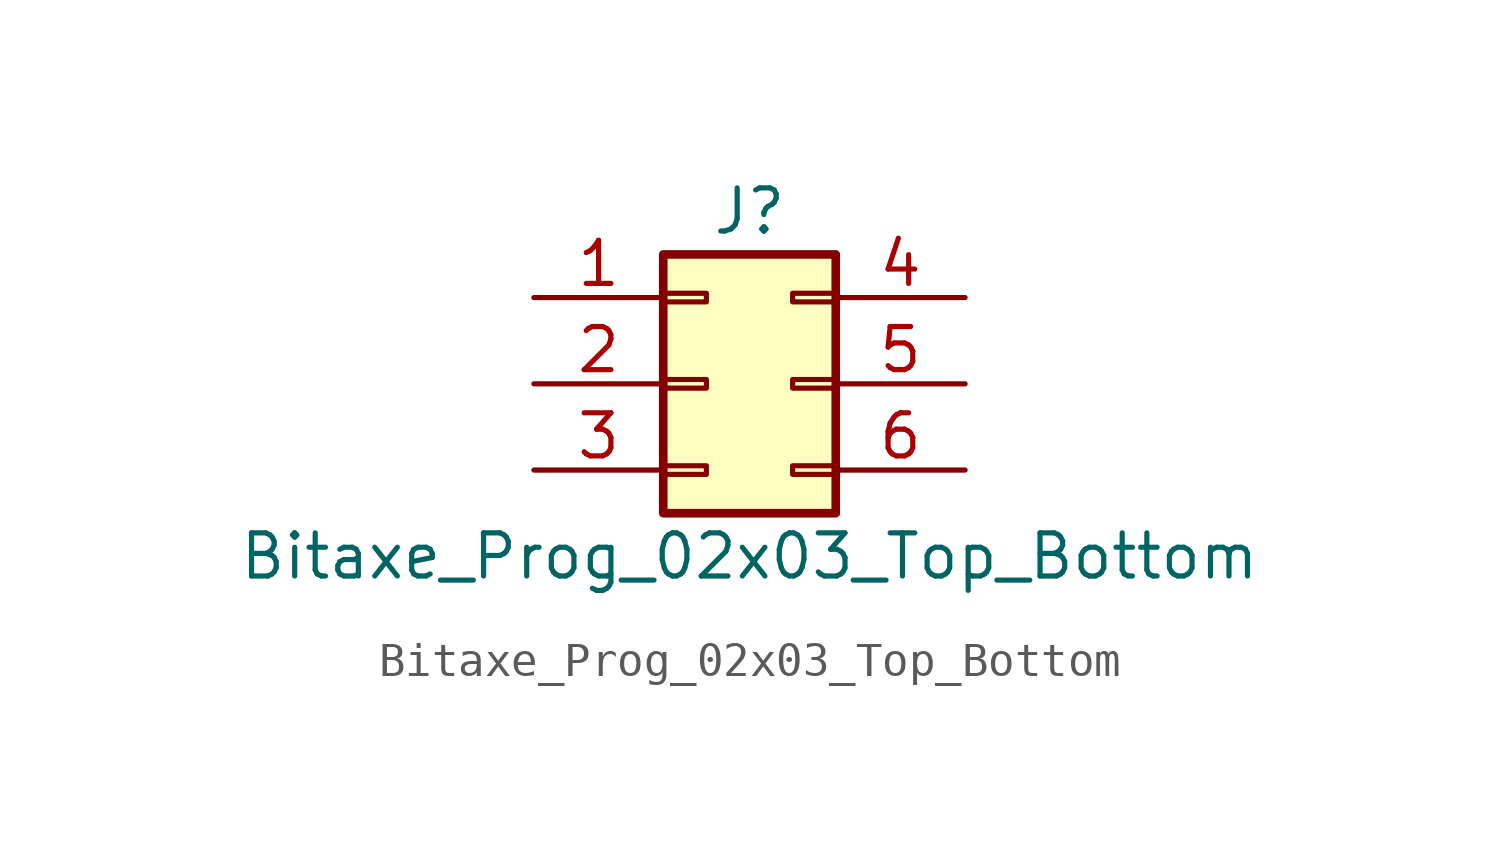
<source format=kicad_sym>
(kicad_symbol_lib
  (version 20241209)
  (generator "kicad_symbol_editor")
  (generator_version "9.0")
  (symbol "Bitaxe_Prog_02x03_Top_Bottom"
    (pin_names
      (offset 1.016)
      (hide yes))
    (property "Reference" "J"
      (at 1.27 5.08 0)
      (effects (font (size 1.27 1.27))))
    (property "Value" "Bitaxe_Prog_02x03_Top_Bottom"
      (at 1.27 -5.08 0)
      (effects (font (size 1.27 1.27))))
    (symbol "Bitaxe_Prog_02x03_Top_Bottom_1_1"
      (rectangle (start -1.27 3.81) (end 3.81 -3.81) (stroke (width 0.254) (type default)) (fill (type background)))
      (rectangle (start -1.27 2.667) (end 0 2.413) (stroke (width 0.152) (type default)) (fill (type none)))
      (rectangle (start -1.27 0.127) (end 0 -0.127) (stroke (width 0.152) (type default)) (fill (type none)))
      (rectangle (start -1.27 -2.413) (end 0 -2.667) (stroke (width 0.152) (type default)) (fill (type none)))
      (rectangle (start 3.81 2.667) (end 2.54 2.413) (stroke (width 0.152) (type default)) (fill (type none)))
      (rectangle (start 3.81 0.127) (end 2.54 -0.127) (stroke (width 0.152) (type default)) (fill (type none)))
      (rectangle (start 3.81 -2.413) (end 2.54 -2.667) (stroke (width 0.152) (type default)) (fill (type none)))
      (pin passive line (at -5.08 2.54 0) (length 3.81) (name "Pin_1" (effects (font (size 1.27 1.27)))) (number "1" (effects (font (size 1.27 1.27)))))
      (pin passive line (at -5.08 0 0) (length 3.81) (name "Pin_2" (effects (font (size 1.27 1.27)))) (number "2" (effects (font (size 1.27 1.27)))))
      (pin passive line (at -5.08 -2.54 0) (length 3.81) (name "Pin_3" (effects (font (size 1.27 1.27)))) (number "3" (effects (font (size 1.27 1.27)))))
      (pin passive line (at 7.62 2.54 180) (length 3.81) (name "Pin_4" (effects (font (size 1.27 1.27)))) (number "4" (effects (font (size 1.27 1.27)))))
      (pin passive line (at 7.62 0 180) (length 3.81) (name "Pin_5" (effects (font (size 1.27 1.27)))) (number "5" (effects (font (size 1.27 1.27)))))
      (pin passive line (at 7.62 -2.54 180) (length 3.81) (name "Pin_6" (effects (font (size 1.27 1.27)))) (number "6" (effects (font (size 1.27 1.27))))))))
</source>
